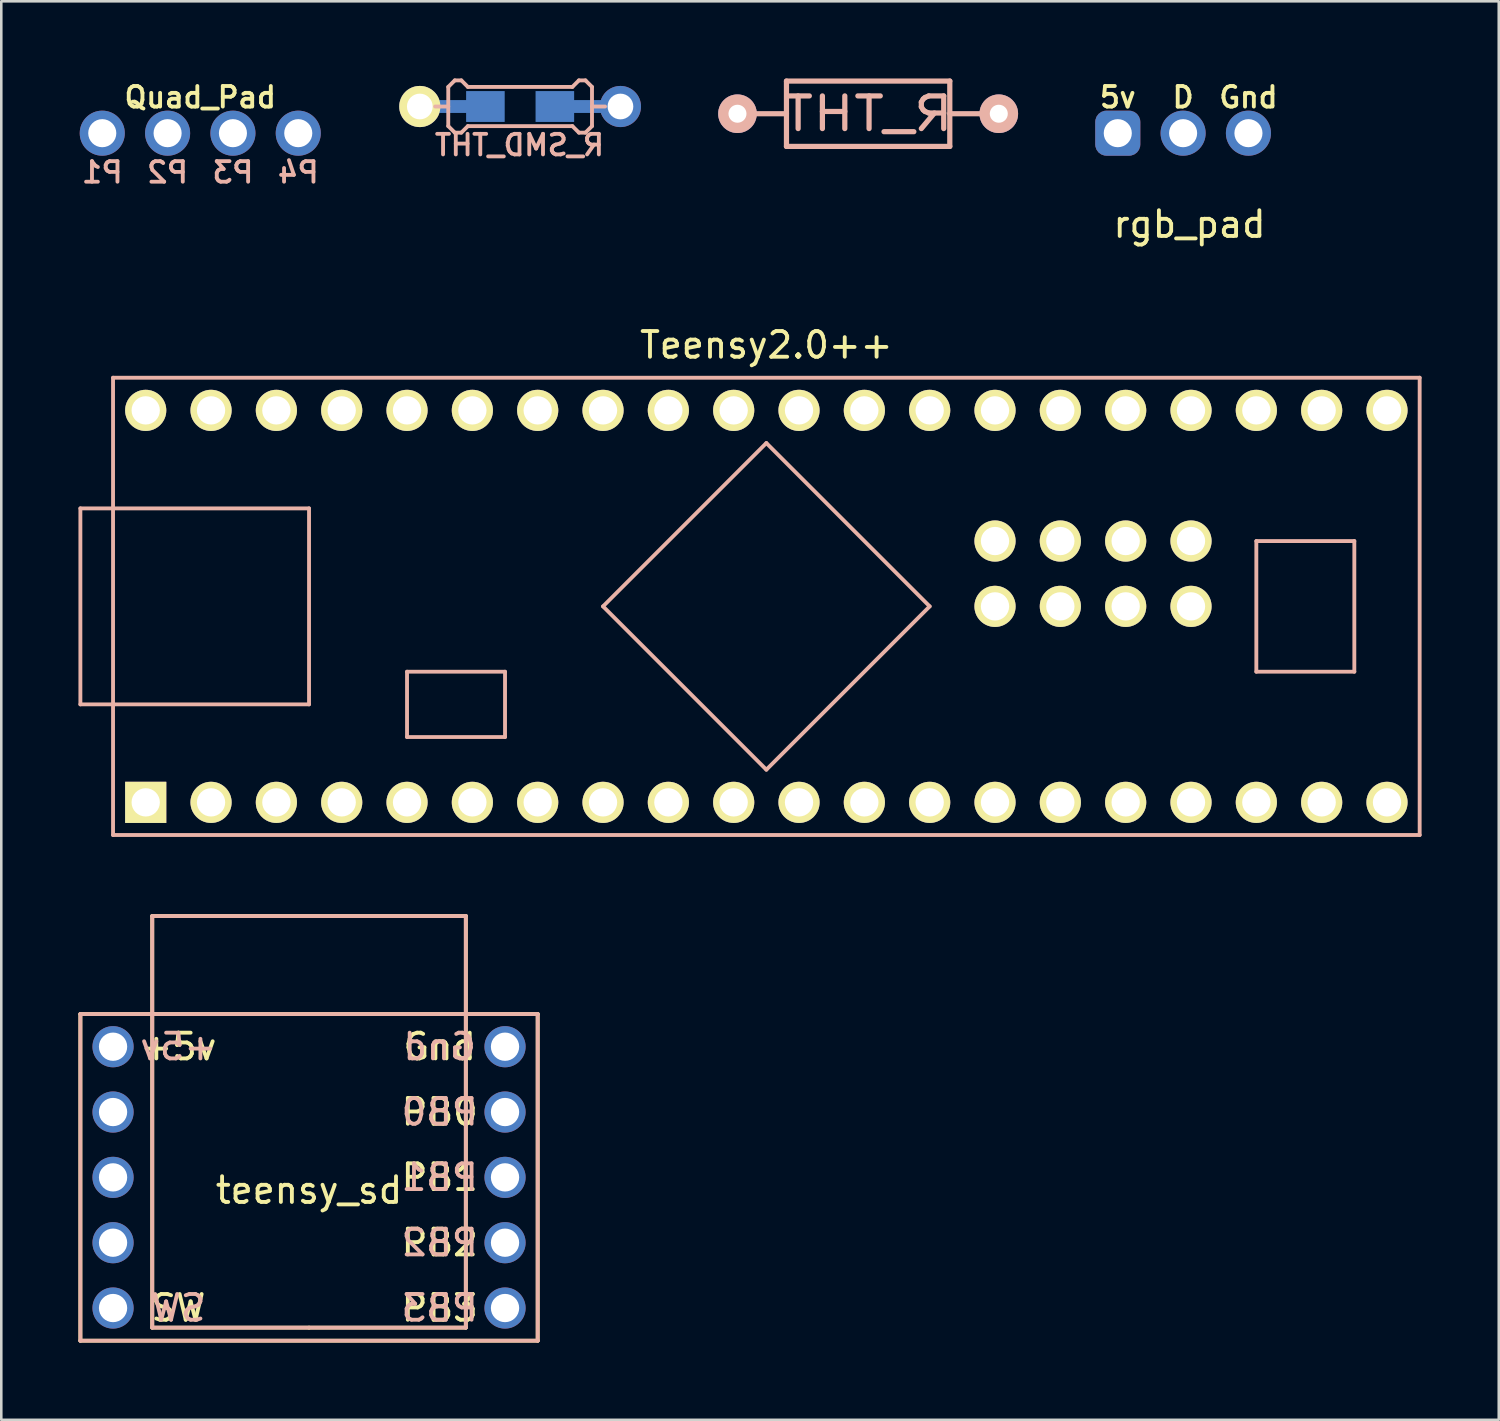
<source format=kicad_pcb>
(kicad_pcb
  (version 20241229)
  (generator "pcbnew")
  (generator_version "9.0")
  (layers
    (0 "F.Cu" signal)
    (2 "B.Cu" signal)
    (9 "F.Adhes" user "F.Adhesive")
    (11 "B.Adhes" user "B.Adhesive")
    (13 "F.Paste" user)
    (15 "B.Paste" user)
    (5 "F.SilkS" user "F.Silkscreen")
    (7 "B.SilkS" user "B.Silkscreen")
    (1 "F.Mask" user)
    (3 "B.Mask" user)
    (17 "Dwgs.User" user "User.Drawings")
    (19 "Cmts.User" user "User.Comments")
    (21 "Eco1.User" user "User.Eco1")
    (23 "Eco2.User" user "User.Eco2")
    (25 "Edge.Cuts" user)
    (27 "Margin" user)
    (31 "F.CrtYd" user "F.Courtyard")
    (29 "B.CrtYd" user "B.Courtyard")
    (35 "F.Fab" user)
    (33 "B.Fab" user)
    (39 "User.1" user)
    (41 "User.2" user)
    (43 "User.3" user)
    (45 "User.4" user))
  (footprint "R_THT"
    (layer "F.Cu")
    (at 30.702 1.372)
    (property "Reference" "R_THT" (at 0 0 0) (layer "B.SilkS") (effects (font (size 1.27 1.524) (thickness 0.203)) (justify mirror)))
    (attr through_hole)
    (fp_line (start -5.08 0) (end -3.175 0) (stroke (width 0.203) (type solid)) (layer "B.SilkS"))
    (fp_line (start -3.175 -1.27) (end 3.175 -1.27) (stroke (width 0.203) (type solid)) (layer "B.SilkS"))
    (fp_line (start -3.175 1.27) (end -3.175 -1.27) (stroke (width 0.203) (type solid)) (layer "B.SilkS"))
    (fp_line (start 3.175 -1.27) (end 3.175 1.27) (stroke (width 0.203) (type solid)) (layer "B.SilkS"))
    (fp_line (start 3.175 1.27) (end -3.175 1.27) (stroke (width 0.203) (type solid)) (layer "B.SilkS"))
    (fp_line (start 5.08 0) (end 3.175 0) (stroke (width 0.203) (type solid)) (layer "B.SilkS"))
    (pad "1" thru_hole circle (at -5.08 0) (size 1.5 1.5) (drill 0.7) (layers "*.Cu" "*.Mask" "B.SilkS"))
    (pad "2" thru_hole circle (at 5.08 0) (size 1.5 1.5) (drill 0.7) (layers "*.Cu" "*.Mask" "B.SilkS")))
  (footprint "R_SMD_THT"
    (layer "F.Cu")
    (at 17.172 1.091)
    (property "Reference" "R_SMD_THT" (at -0.025 1.5 0) (layer "B.SilkS") (effects (font (size 0.8 0.8) (thickness 0.15)) (justify mirror)))
    (attr smd)
    (fp_line (start -3.302 0) (end -2.794 0) (stroke (width 0.15) (type solid)) (layer "B.SilkS"))
    (fp_line (start -2.794 -0.762) (end -2.54 -1.016) (stroke (width 0.15) (type solid)) (layer "B.SilkS"))
    (fp_line (start -2.794 0.762) (end -2.794 -0.762) (stroke (width 0.15) (type solid)) (layer "B.SilkS"))
    (fp_line (start -2.54 -1.016) (end -2.286 -1.016) (stroke (width 0.15) (type solid)) (layer "B.SilkS"))
    (fp_line (start -2.54 1.016) (end -2.794 0.762) (stroke (width 0.15) (type solid)) (layer "B.SilkS"))
    (fp_line (start -2.286 -1.016) (end -2.032 -0.762) (stroke (width 0.15) (type solid)) (layer "B.SilkS"))
    (fp_line (start -2.286 1.016) (end -2.54 1.016) (stroke (width 0.15) (type solid)) (layer "B.SilkS"))
    (fp_line (start -2.032 -0.762) (end 2.032 -0.762) (stroke (width 0.15) (type solid)) (layer "B.SilkS"))
    (fp_line (start -2.032 0.762) (end -2.286 1.016) (stroke (width 0.15) (type solid)) (layer "B.SilkS"))
    (fp_line (start 2.032 -0.762) (end 2.286 -1.016) (stroke (width 0.15) (type solid)) (layer "B.SilkS"))
    (fp_line (start 2.032 0.762) (end -2.032 0.762) (stroke (width 0.15) (type solid)) (layer "B.SilkS"))
    (fp_line (start 2.286 -1.016) (end 2.54 -1.016) (stroke (width 0.15) (type solid)) (layer "B.SilkS"))
    (fp_line (start 2.286 1.016) (end 2.032 0.762) (stroke (width 0.15) (type solid)) (layer "B.SilkS"))
    (fp_line (start 2.54 -1.016) (end 2.794 -0.762) (stroke (width 0.15) (type solid)) (layer "B.SilkS"))
    (fp_line (start 2.54 1.016) (end 2.286 1.016) (stroke (width 0.15) (type solid)) (layer "B.SilkS"))
    (fp_line (start 2.794 -0.762) (end 2.794 0.762) (stroke (width 0.15) (type solid)) (layer "B.SilkS"))
    (fp_line (start 2.794 0) (end 3.302 0) (stroke (width 0.15) (type solid)) (layer "B.SilkS"))
    (fp_line (start 2.794 0.762) (end 2.54 1.016) (stroke (width 0.15) (type solid)) (layer "B.SilkS"))
    (pad "1" smd rect (at 1.35 0) (size 1.5 1.2) (layers "B.Cu" "B.Mask" "B.Paste"))
    (pad "1" smd rect (at 2.5 0) (size 2.9 0.5) (layers "B.Cu"))
    (pad "1" thru_hole circle (at 3.9 0) (size 1.6 1.6) (drill 1) (layers "*.Cu" "*.Mask"))
    (pad "2" thru_hole circle (at -3.9 0) (size 1.6 1.6) (drill 1) (layers "*.Cu" "*.Mask" "F.SilkS"))
    (pad "2" smd rect (at -2.5 0) (size 2.9 0.5) (layers "B.Cu"))
    (pad "2" smd rect (at -1.35 0) (size 1.5 1.2) (layers "B.Cu" "B.Mask" "B.Paste")))
  (footprint "Teensy2.0++"
    (layer "F.Cu")
    (at 26.745 20.525)
    (property "Reference" "Teensy2.0++" (at 0 -10.16 0) (layer "F.SilkS") (effects (font (size 1 1) (thickness 0.15))))
    (attr through_hole)
    (fp_line (start -26.67 -3.81) (end -17.78 -3.81) (stroke (width 0.15) (type solid)) (layer "B.SilkS"))
    (fp_line (start -26.67 3.81) (end -26.67 -3.81) (stroke (width 0.15) (type solid)) (layer "B.SilkS"))
    (fp_line (start -25.4 -8.89) (end 25.4 -8.89) (stroke (width 0.15) (type solid)) (layer "B.SilkS"))
    (fp_line (start -25.4 8.89) (end -25.4 -8.89) (stroke (width 0.15) (type solid)) (layer "B.SilkS"))
    (fp_line (start -17.78 -3.81) (end -17.78 3.81) (stroke (width 0.15) (type solid)) (layer "B.SilkS"))
    (fp_line (start -17.78 3.81) (end -26.67 3.81) (stroke (width 0.15) (type solid)) (layer "B.SilkS"))
    (fp_line (start -13.97 2.54) (end -10.16 2.54) (stroke (width 0.15) (type solid)) (layer "B.SilkS"))
    (fp_line (start -13.97 5.08) (end -13.97 2.54) (stroke (width 0.15) (type solid)) (layer "B.SilkS"))
    (fp_line (start -10.16 2.54) (end -10.16 5.08) (stroke (width 0.15) (type solid)) (layer "B.SilkS"))
    (fp_line (start -10.16 5.08) (end -13.97 5.08) (stroke (width 0.15) (type solid)) (layer "B.SilkS"))
    (fp_line (start -6.35 0) (end 0 -6.35) (stroke (width 0.15) (type solid)) (layer "B.SilkS"))
    (fp_line (start 0 -6.35) (end 6.35 0) (stroke (width 0.15) (type solid)) (layer "B.SilkS"))
    (fp_line (start 0 6.35) (end -6.35 0) (stroke (width 0.15) (type solid)) (layer "B.SilkS"))
    (fp_line (start 6.35 0) (end 0 6.35) (stroke (width 0.15) (type solid)) (layer "B.SilkS"))
    (fp_line (start 19.05 -2.54) (end 22.86 -2.54) (stroke (width 0.15) (type solid)) (layer "B.SilkS"))
    (fp_line (start 19.05 2.54) (end 19.05 -2.54) (stroke (width 0.15) (type solid)) (layer "B.SilkS"))
    (fp_line (start 22.86 -2.54) (end 22.86 2.54) (stroke (width 0.15) (type solid)) (layer "B.SilkS"))
    (fp_line (start 22.86 2.54) (end 19.05 2.54) (stroke (width 0.15) (type solid)) (layer "B.SilkS"))
    (fp_line (start 25.4 -8.89) (end 25.4 8.89) (stroke (width 0.15) (type solid)) (layer "B.SilkS"))
    (fp_line (start 25.4 8.89) (end -25.4 8.89) (stroke (width 0.15) (type solid)) (layer "B.SilkS"))
    (pad "1" thru_hole rect (at -24.13 7.62) (size 1.6 1.6) (drill 1.1) (layers "*.Cu" "*.Mask" "F.SilkS"))
    (pad "2" thru_hole circle (at -21.59 7.62) (size 1.6 1.6) (drill 1.1) (layers "*.Cu" "*.Mask" "F.SilkS"))
    (pad "3" thru_hole circle (at -19.05 7.62) (size 1.6 1.6) (drill 1.1) (layers "*.Cu" "*.Mask" "F.SilkS"))
    (pad "4" thru_hole circle (at -16.51 7.62) (size 1.6 1.6) (drill 1.1) (layers "*.Cu" "*.Mask" "F.SilkS"))
    (pad "5" thru_hole circle (at -13.97 7.62) (size 1.6 1.6) (drill 1.1) (layers "*.Cu" "*.Mask" "F.SilkS"))
    (pad "6" thru_hole circle (at -11.43 7.62) (size 1.6 1.6) (drill 1.1) (layers "*.Cu" "*.Mask" "F.SilkS"))
    (pad "7" thru_hole circle (at -8.89 7.62) (size 1.6 1.6) (drill 1.1) (layers "*.Cu" "*.Mask" "F.SilkS"))
    (pad "8" thru_hole circle (at -6.35 7.62) (size 1.6 1.6) (drill 1.1) (layers "*.Cu" "*.Mask" "F.SilkS"))
    (pad "9" thru_hole circle (at -3.81 7.62) (size 1.6 1.6) (drill 1.1) (layers "*.Cu" "*.Mask" "F.SilkS"))
    (pad "10" thru_hole circle (at -1.27 7.62) (size 1.6 1.6) (drill 1.1) (layers "*.Cu" "*.Mask" "F.SilkS"))
    (pad "11" thru_hole circle (at 1.27 7.62) (size 1.6 1.6) (drill 1.1) (layers "*.Cu" "*.Mask" "F.SilkS"))
    (pad "12" thru_hole circle (at 3.81 7.62) (size 1.6 1.6) (drill 1.1) (layers "*.Cu" "*.Mask" "F.SilkS"))
    (pad "13" thru_hole circle (at 6.35 7.62) (size 1.6 1.6) (drill 1.1) (layers "*.Cu" "*.Mask" "F.SilkS"))
    (pad "14" thru_hole circle (at 8.89 7.62) (size 1.6 1.6) (drill 1.1) (layers "*.Cu" "*.Mask" "F.SilkS"))
    (pad "15" thru_hole circle (at 11.43 7.62) (size 1.6 1.6) (drill 1.1) (layers "*.Cu" "*.Mask" "F.SilkS"))
    (pad "16" thru_hole circle (at 13.97 7.62) (size 1.6 1.6) (drill 1.1) (layers "*.Cu" "*.Mask" "F.SilkS"))
    (pad "17" thru_hole circle (at 16.51 7.62) (size 1.6 1.6) (drill 1.1) (layers "*.Cu" "*.Mask" "F.SilkS"))
    (pad "18" thru_hole circle (at 19.05 7.62) (size 1.6 1.6) (drill 1.1) (layers "*.Cu" "*.Mask" "F.SilkS"))
    (pad "19" thru_hole circle (at 21.59 7.62) (size 1.6 1.6) (drill 1.1) (layers "*.Cu" "*.Mask" "F.SilkS"))
    (pad "20" thru_hole circle (at 24.13 7.62) (size 1.6 1.6) (drill 1.1) (layers "*.Cu" "*.Mask" "F.SilkS"))
    (pad "24" thru_hole circle (at 24.13 -7.62) (size 1.6 1.6) (drill 1.1) (layers "*.Cu" "*.Mask" "F.SilkS"))
    (pad "25" thru_hole circle (at 21.59 -7.62) (size 1.6 1.6) (drill 1.1) (layers "*.Cu" "*.Mask" "F.SilkS"))
    (pad "26" thru_hole circle (at 19.05 -7.62) (size 1.6 1.6) (drill 1.1) (layers "*.Cu" "*.Mask" "F.SilkS"))
    (pad "27" thru_hole circle (at 16.51 -7.62) (size 1.6 1.6) (drill 1.1) (layers "*.Cu" "*.Mask" "F.SilkS"))
    (pad "28" thru_hole circle (at 13.97 -7.62) (size 1.6 1.6) (drill 1.1) (layers "*.Cu" "*.Mask" "F.SilkS"))
    (pad "29" thru_hole circle (at 11.43 -7.62) (size 1.6 1.6) (drill 1.1) (layers "*.Cu" "*.Mask" "F.SilkS"))
    (pad "30" thru_hole circle (at 8.89 -7.62) (size 1.6 1.6) (drill 1.1) (layers "*.Cu" "*.Mask" "F.SilkS"))
    (pad "31" thru_hole circle (at 6.35 -7.62) (size 1.6 1.6) (drill 1.1) (layers "*.Cu" "*.Mask" "F.SilkS"))
    (pad "32" thru_hole circle (at 3.81 -7.62) (size 1.6 1.6) (drill 1.1) (layers "*.Cu" "*.Mask" "F.SilkS"))
    (pad "33" thru_hole circle (at 1.27 -7.62) (size 1.6 1.6) (drill 1.1) (layers "*.Cu" "*.Mask" "F.SilkS"))
    (pad "34" thru_hole circle (at -1.27 -7.62) (size 1.6 1.6) (drill 1.1) (layers "*.Cu" "*.Mask" "F.SilkS"))
    (pad "35" thru_hole circle (at -3.81 -7.62) (size 1.6 1.6) (drill 1.1) (layers "*.Cu" "*.Mask" "F.SilkS"))
    (pad "36" thru_hole circle (at -6.35 -7.62) (size 1.6 1.6) (drill 1.1) (layers "*.Cu" "*.Mask" "F.SilkS"))
    (pad "37" thru_hole circle (at -8.89 -7.62) (size 1.6 1.6) (drill 1.1) (layers "*.Cu" "*.Mask" "F.SilkS"))
    (pad "38" thru_hole circle (at -11.43 -7.62) (size 1.6 1.6) (drill 1.1) (layers "*.Cu" "*.Mask" "F.SilkS"))
    (pad "39" thru_hole circle (at -13.97 -7.62) (size 1.6 1.6) (drill 1.1) (layers "*.Cu" "*.Mask" "F.SilkS"))
    (pad "40" thru_hole circle (at -16.51 -7.62) (size 1.6 1.6) (drill 1.1) (layers "*.Cu" "*.Mask" "F.SilkS"))
    (pad "41" thru_hole circle (at -19.05 -7.62) (size 1.6 1.6) (drill 1.1) (layers "*.Cu" "*.Mask" "F.SilkS"))
    (pad "42" thru_hole circle (at -21.59 -7.62) (size 1.6 1.6) (drill 1.1) (layers "*.Cu" "*.Mask" "F.SilkS"))
    (pad "43" thru_hole circle (at -24.13 -7.62) (size 1.6 1.6) (drill 1.1) (layers "*.Cu" "*.Mask" "F.SilkS"))
    (pad "44" thru_hole circle (at 8.89 -2.54) (size 1.6 1.6) (drill 1.1) (layers "*.Cu" "*.Mask" "F.SilkS"))
    (pad "45" thru_hole circle (at 11.43 -2.54) (size 1.6 1.6) (drill 1.1) (layers "*.Cu" "*.Mask" "F.SilkS"))
    (pad "46" thru_hole circle (at 13.97 -2.54) (size 1.6 1.6) (drill 1.1) (layers "*.Cu" "*.Mask" "F.SilkS"))
    (pad "47" thru_hole circle (at 16.51 -2.54) (size 1.6 1.6) (drill 1.1) (layers "*.Cu" "*.Mask" "F.SilkS"))
    (pad "48" thru_hole circle (at 8.89 0) (size 1.6 1.6) (drill 1.1) (layers "*.Cu" "*.Mask" "F.SilkS"))
    (pad "49" thru_hole circle (at 11.43 0) (size 1.6 1.6) (drill 1.1) (layers "*.Cu" "*.Mask" "F.SilkS"))
    (pad "50" thru_hole circle (at 13.97 0) (size 1.6 1.6) (drill 1.1) (layers "*.Cu" "*.Mask" "F.SilkS"))
    (pad "51" thru_hole circle (at 16.51 0) (size 1.6 1.6) (drill 1.1) (layers "*.Cu" "*.Mask" "F.SilkS")))
  (footprint "rgb_pad"
    (layer "F.Cu")
    (at 42.948 4.668)
    (property "Reference" "rgb_pad" (at 0.25 1 0) (layer "F.SilkS") (effects (font (size 1 1) (thickness 0.15))))
    (attr through_hole)
    (fp_text user "5v" (at -2.54 -3.937 0) (layer "F.SilkS") (effects (font (size 0.8 0.8) (thickness 0.15))))
    (fp_text user "Gnd" (at 2.54 -3.937 0) (layer "F.SilkS") (effects (font (size 0.8 0.8) (thickness 0.15))))
    (fp_text user "D" (at 0 -3.937 0) (layer "F.SilkS") (effects (font (size 0.8 0.8) (thickness 0.15))))
    (pad "1" thru_hole roundrect (at -2.54 -2.54) (size 1.753 1.753) (drill 1.092) (layers "*.Cu" "*.Mask") (roundrect_rratio 0.25))
    (pad "2" thru_hole circle (at 0 -2.54) (size 1.753 1.753) (drill 1.092) (layers "*.Cu" "*.Mask"))
    (pad "3" thru_hole circle (at 2.54 -2.54) (size 1.753 1.753) (drill 1.092) (layers "*.Cu" "*.Mask")))
  (footprint "Quad_Pad"
    (layer "F.Cu")
    (at 4.736 2.128)
    (property "Reference" "Quad_Pad" (at 0 -1.397 0) (layer "F.SilkS") (effects (font (size 0.8 0.8) (thickness 0.15))))
    (attr through_hole)
    (fp_text user "P2" (at -1.27 1.524 0) (layer "B.SilkS") (effects (font (size 0.8 0.8) (thickness 0.15)) (justify mirror)))
    (fp_text user "P4" (at 3.81 1.524 0) (layer "B.SilkS") (effects (font (size 0.8 0.8) (thickness 0.15)) (justify mirror)))
    (fp_text user "P3" (at 1.27 1.524 0) (layer "B.SilkS") (effects (font (size 0.8 0.8) (thickness 0.15)) (justify mirror)))
    (fp_text user "P1" (at -3.81 1.524 0) (layer "B.SilkS") (effects (font (size 0.8 0.8) (thickness 0.15)) (justify mirror)))
    (pad "1" thru_hole circle (at -3.81 0) (size 1.753 1.753) (drill 1.092) (layers "*.Cu" "*.Mask"))
    (pad "2" thru_hole circle (at -1.27 0) (size 1.753 1.753) (drill 1.092) (layers "*.Cu" "*.Mask"))
    (pad "3" thru_hole circle (at 1.27 0) (size 1.753 1.753) (drill 1.092) (layers "*.Cu" "*.Mask"))
    (pad "4" thru_hole circle (at 3.81 0) (size 1.753 1.753) (drill 1.092) (layers "*.Cu" "*.Mask")))
  (footprint "teensy_sd"
    (layer "F.Cu")
    (at 8.965 42.725)
    (property "Reference" "teensy_sd" (at 0 0.5 0) (layer "F.SilkS") (effects (font (size 1 1) (thickness 0.15))))
    (attr through_hole)
    (fp_line (start -8.89 -6.35) (end 8.89 -6.35) (stroke (width 0.15) (type solid)) (layer "F.SilkS"))
    (fp_line (start -8.89 6.35) (end -8.89 -6.35) (stroke (width 0.15) (type solid)) (layer "F.SilkS"))
    (fp_line (start -6.096 -10.16) (end 6.096 -10.16) (stroke (width 0.15) (type solid)) (layer "F.SilkS"))
    (fp_line (start -6.096 5.842) (end -6.096 -10.16) (stroke (width 0.15) (type solid)) (layer "F.SilkS"))
    (fp_line (start 0 5.842) (end -6.096 5.842) (stroke (width 0.15) (type solid)) (layer "F.SilkS"))
    (fp_line (start 6.096 -10.16) (end 6.096 5.588) (stroke (width 0.15) (type solid)) (layer "F.SilkS"))
    (fp_line (start 6.096 5.588) (end 6.096 5.842) (stroke (width 0.15) (type solid)) (layer "F.SilkS"))
    (fp_line (start 6.096 5.842) (end 0 5.842) (stroke (width 0.15) (type solid)) (layer "F.SilkS"))
    (fp_line (start 8.89 -6.35) (end 8.89 6.35) (stroke (width 0.15) (type solid)) (layer "F.SilkS"))
    (fp_line (start 8.89 6.35) (end -8.89 6.35) (stroke (width 0.15) (type solid)) (layer "F.SilkS"))
    (fp_line (start -8.89 -6.35) (end 8.89 -6.35) (stroke (width 0.15) (type solid)) (layer "B.SilkS"))
    (fp_line (start -8.89 6.35) (end -8.89 -6.35) (stroke (width 0.15) (type solid)) (layer "B.SilkS"))
    (fp_line (start -6.096 -10.16) (end 6.096 -10.16) (stroke (width 0.15) (type solid)) (layer "B.SilkS"))
    (fp_line (start -6.096 5.842) (end -6.096 -10.16) (stroke (width 0.15) (type solid)) (layer "B.SilkS"))
    (fp_line (start 6.096 -10.16) (end 6.096 5.842) (stroke (width 0.15) (type solid)) (layer "B.SilkS"))
    (fp_line (start 6.096 5.842) (end -6.096 5.842) (stroke (width 0.15) (type solid)) (layer "B.SilkS"))
    (fp_line (start 8.89 -6.35) (end 8.89 6.35) (stroke (width 0.15) (type solid)) (layer "B.SilkS"))
    (fp_line (start 8.89 6.35) (end -8.89 6.35) (stroke (width 0.15) (type solid)) (layer "B.SilkS"))
    (fp_text user "PB0" (at 5.08 -2.54 0) (layer "F.SilkS") (effects (font (size 1 1) (thickness 0.15))))
    (fp_text user "SW" (at -5.08 5.08 0) (layer "F.SilkS") (effects (font (size 1 1) (thickness 0.15))))
    (fp_text user "PB2" (at 5.08 2.54 0) (layer "F.SilkS") (effects (font (size 1 1) (thickness 0.15))))
    (fp_text user "Gnd" (at 5.08 -5.08 0) (layer "F.SilkS") (effects (font (size 1 1) (thickness 0.15))))
    (fp_text user "+5v" (at -5.08 -5.08 0) (layer "F.SilkS") (effects (font (size 1 1) (thickness 0.15))))
    (fp_text user "PB3" (at 5.08 5.08 0) (layer "F.SilkS") (effects (font (size 1 1) (thickness 0.15))))
    (fp_text user "PB1" (at 5.08 0 0) (layer "F.SilkS") (effects (font (size 1 1) (thickness 0.15))))
    (fp_text user "PB1" (at 5.08 0 0) (layer "B.SilkS") (effects (font (size 1 1) (thickness 0.15)) (justify mirror)))
    (fp_text user "PB0" (at 5.08 -2.54 0) (layer "B.SilkS") (effects (font (size 1 1) (thickness 0.15)) (justify mirror)))
    (fp_text user "Gnd" (at 5.08 -5.08 0) (layer "B.SilkS") (effects (font (size 1 1) (thickness 0.15)) (justify mirror)))
    (fp_text user "PB2" (at 5.08 2.54 0) (layer "B.SilkS") (effects (font (size 1 1) (thickness 0.15)) (justify mirror)))
    (fp_text user "+5v" (at -5.08 -5.08 0) (layer "B.SilkS") (effects (font (size 1 1) (thickness 0.15)) (justify mirror)))
    (fp_text user "SW" (at -5.08 5.08 0) (layer "B.SilkS") (effects (font (size 1 1) (thickness 0.15)) (justify mirror)))
    (fp_text user "PB3" (at 5.08 5.08 0) (layer "B.SilkS") (effects (font (size 1 1) (thickness 0.15)) (justify mirror)))
    (pad "1" thru_hole circle (at -7.62 -5.08) (size 1.6 1.6) (drill 1.1) (layers "*.Cu" "*.Mask"))
    (pad "2" thru_hole circle (at -7.62 -2.54) (size 1.6 1.6) (drill 1.1) (layers "*.Cu" "*.Mask"))
    (pad "3" thru_hole circle (at -7.62 0) (size 1.6 1.6) (drill 1.1) (layers "*.Cu" "*.Mask"))
    (pad "4" thru_hole circle (at -7.62 2.54) (size 1.6 1.6) (drill 1.1) (layers "*.Cu" "*.Mask"))
    (pad "5" thru_hole circle (at -7.62 5.08) (size 1.6 1.6) (drill 1.1) (layers "*.Cu" "*.Mask"))
    (pad "6" thru_hole circle (at 7.62 -5.08) (size 1.6 1.6) (drill 1.1) (layers "*.Cu" "*.Mask"))
    (pad "7" thru_hole circle (at 7.62 -2.54) (size 1.6 1.6) (drill 1.1) (layers "*.Cu" "*.Mask"))
    (pad "8" thru_hole circle (at 7.62 0) (size 1.6 1.6) (drill 1.1) (layers "*.Cu" "*.Mask"))
    (pad "9" thru_hole circle (at 7.62 2.54) (size 1.6 1.6) (drill 1.1) (layers "*.Cu" "*.Mask"))
    (pad "10" thru_hole circle (at 7.62 5.08) (size 1.6 1.6) (drill 1.1) (layers "*.Cu" "*.Mask")))
  (gr_rect
    (start -3 -3)
    (end 55.22 52.15)
    (stroke (width 0.1) (type default))
    (fill no)
    (layer "Edge.Cuts")))
</source>
